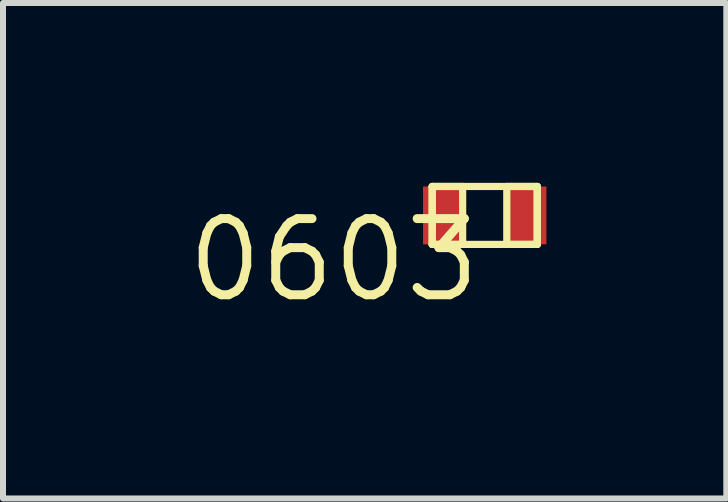
<source format=kicad_pcb>
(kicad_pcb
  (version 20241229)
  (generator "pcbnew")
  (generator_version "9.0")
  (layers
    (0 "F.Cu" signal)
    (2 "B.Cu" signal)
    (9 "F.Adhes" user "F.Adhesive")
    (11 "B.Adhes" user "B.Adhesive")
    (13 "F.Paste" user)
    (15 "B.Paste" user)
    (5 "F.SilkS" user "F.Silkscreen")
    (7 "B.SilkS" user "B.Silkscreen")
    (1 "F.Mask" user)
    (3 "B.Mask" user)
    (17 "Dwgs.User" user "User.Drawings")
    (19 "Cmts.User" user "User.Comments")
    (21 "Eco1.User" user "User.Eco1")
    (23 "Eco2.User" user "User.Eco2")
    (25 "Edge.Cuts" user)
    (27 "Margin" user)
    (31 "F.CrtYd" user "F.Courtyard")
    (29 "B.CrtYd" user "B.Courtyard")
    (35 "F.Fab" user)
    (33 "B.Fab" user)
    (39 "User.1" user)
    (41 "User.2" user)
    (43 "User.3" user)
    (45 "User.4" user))
  (footprint "0603"
    (layer "F.Cu")
    (at 5.034 0.543)
    (property "Reference" "0603" (at 0 0 0) (layer "F.SilkS") (effects (font (size 1.27 1.27) (thickness 0.15)) (justify right top)))
    (attr through_hole)
    (fp_line (start -0.876 -0.483) (end -0.876 0.483) (stroke (width 0.12) (type solid)) (layer "F.SilkS"))
    (fp_line (start -0.876 -0.483) (end -0.876 0.483) (stroke (width 0.12) (type solid)) (layer "F.SilkS"))
    (fp_line (start -0.876 0.483) (end -0.368 0.483) (stroke (width 0.12) (type solid)) (layer "F.SilkS"))
    (fp_line (start -0.876 0.483) (end 0.876 0.483) (stroke (width 0.12) (type solid)) (layer "F.SilkS"))
    (fp_line (start -0.368 -0.483) (end -0.876 -0.483) (stroke (width 0.12) (type solid)) (layer "F.SilkS"))
    (fp_line (start -0.368 0.483) (end -0.368 -0.483) (stroke (width 0.12) (type solid)) (layer "F.SilkS"))
    (fp_line (start 0.368 -0.483) (end 0.368 0.483) (stroke (width 0.12) (type solid)) (layer "F.SilkS"))
    (fp_line (start 0.368 0.483) (end 0.876 0.483) (stroke (width 0.12) (type solid)) (layer "F.SilkS"))
    (fp_line (start 0.876 -0.483) (end -0.876 -0.483) (stroke (width 0.12) (type solid)) (layer "F.SilkS"))
    (fp_line (start 0.876 -0.483) (end 0.368 -0.483) (stroke (width 0.12) (type solid)) (layer "F.SilkS"))
    (fp_line (start 0.876 0.483) (end 0.876 -0.483) (stroke (width 0.12) (type solid)) (layer "F.SilkS"))
    (fp_line (start 0.876 0.483) (end 0.876 -0.483) (stroke (width 0.12) (type solid)) (layer "F.SilkS"))
    (pad "1" smd rect (at -0.699 0) (size 0.66 0.965) (layers "F.Cu" "F.Mask" "F.Paste"))
    (pad "2" smd rect (at 0.699 0) (size 0.66 0.965) (layers "F.Cu" "F.Mask" "F.Paste")))
  (gr_rect
    (start -3 -3)
    (end 9.063 5.263)
    (stroke (width 0.1) (type default))
    (fill no)
    (layer "Edge.Cuts")))
</source>
